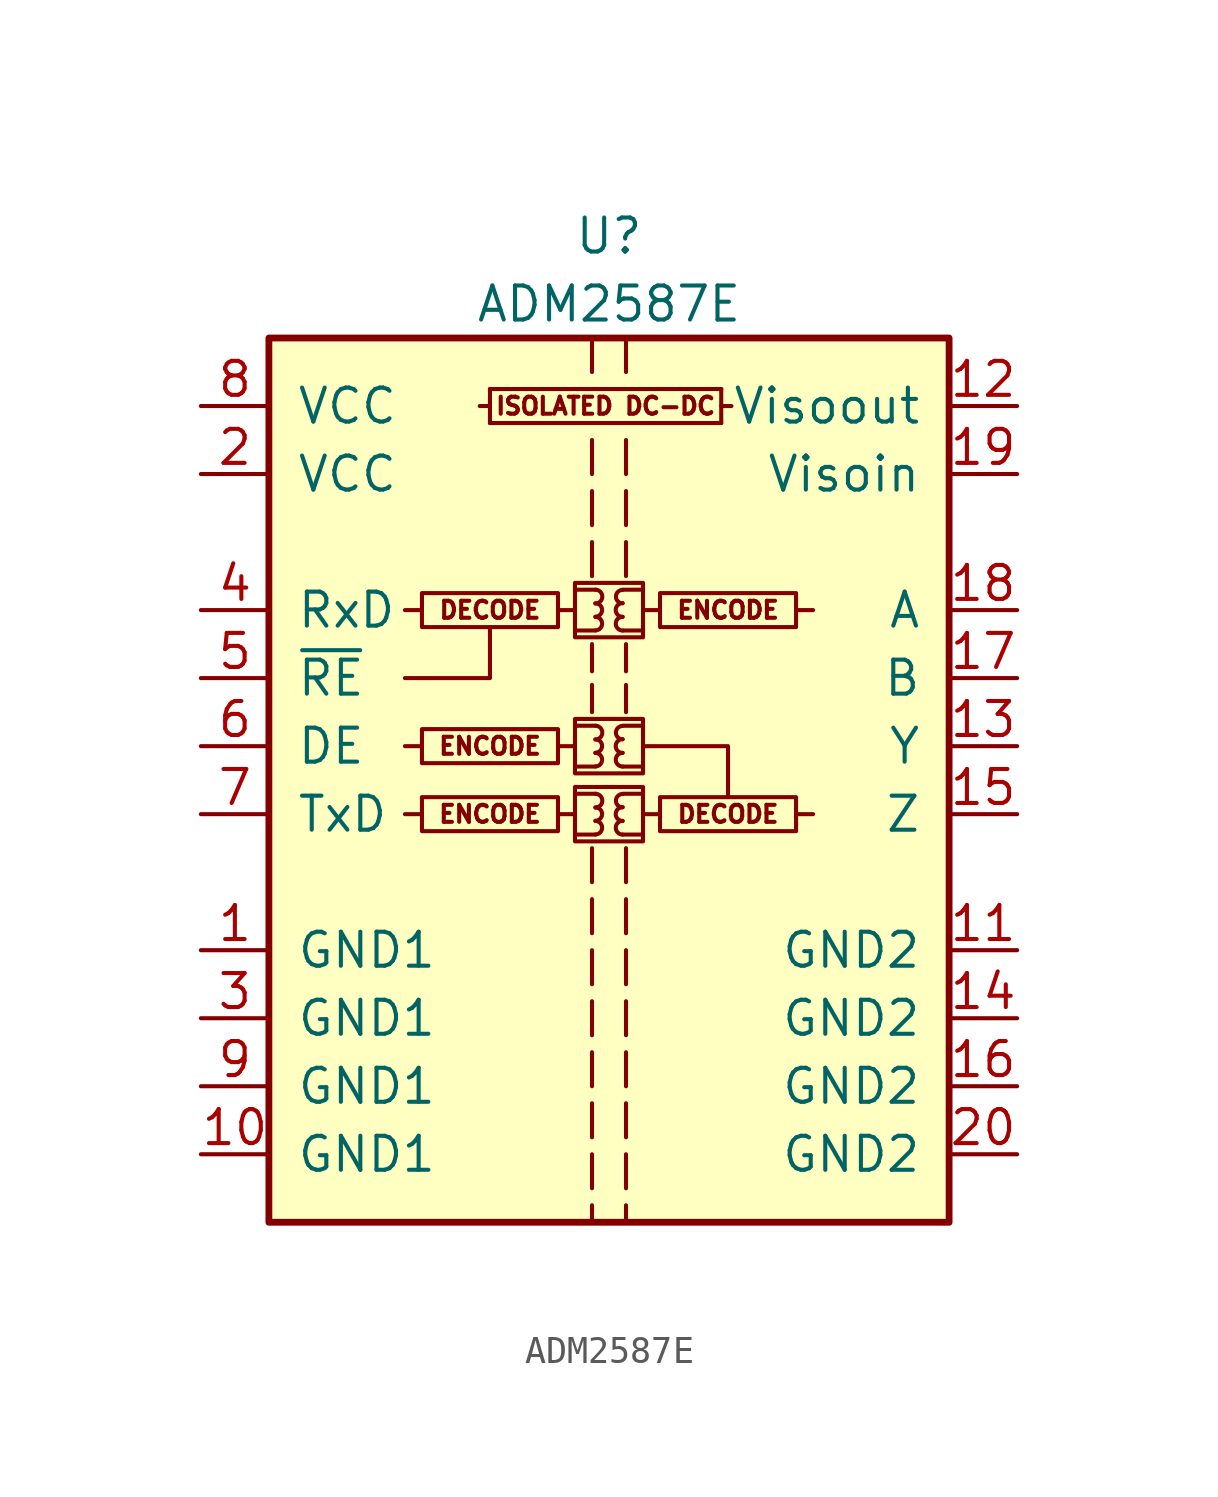
<source format=kicad_sym>
(kicad_symbol_lib
  (version 20220914)
  (generator kicad_symbol_editor)
  (symbol "ADM2587E"
    (pin_names
      (offset 1.016))
    (property "Reference" "U"
      (at 0 21.59 0)
      (effects (font (size 1.27 1.27))))
    (property "Value" "ADM2587E"
      (at 0 19.05 0)
      (effects (font (size 1.27 1.27))))
    (symbol "ADM2587E_0_0"
      (rectangle (start -1.905 0.635) (end -6.985 -0.635) (stroke (width 0) (type default)) (fill (type none)))
      (rectangle (start -1.27 1.016) (end 1.27 -1.016) (stroke (width 0) (type default)) (fill (type none)))
      (rectangle (start -1.27 3.556) (end 1.27 1.524) (stroke (width 0) (type default)) (fill (type none)))
      (rectangle (start -1.27 8.636) (end 1.27 6.604) (stroke (width 0) (type default)) (fill (type none)))
      (arc (start -0.508 -0.762) (mid -0.2551 -0.508) (end -0.508 -0.254) (stroke (width 0) (type default)) (fill (type none)))
      (arc (start -0.508 -0.254) (mid -0.2551 0) (end -0.508 0.254) (stroke (width 0) (type default)) (fill (type none)))
      (arc (start -0.508 0.254) (mid -0.2551 0.508) (end -0.508 0.762) (stroke (width 0) (type default)) (fill (type none)))
      (arc (start -0.508 1.778) (mid -0.2551 2.032) (end -0.508 2.286) (stroke (width 0) (type default)) (fill (type none)))
      (arc (start -0.508 2.286) (mid -0.2551 2.54) (end -0.508 2.794) (stroke (width 0) (type default)) (fill (type none)))
      (arc (start -0.508 2.794) (mid -0.2551 3.048) (end -0.508 3.302) (stroke (width 0) (type default)) (fill (type none)))
      (arc (start -0.508 6.858) (mid -0.2551 7.112) (end -0.508 7.366) (stroke (width 0) (type default)) (fill (type none)))
      (arc (start -0.508 7.366) (mid -0.2551 7.62) (end -0.508 7.874) (stroke (width 0) (type default)) (fill (type none)))
      (arc (start -0.508 7.874) (mid -0.2551 8.128) (end -0.508 8.382) (stroke (width 0) (type default)) (fill (type none)))
      (polyline (pts (xy -6.985 0) (xy -7.62 0)) (stroke (width 0) (type default)) (fill (type none)))
      (polyline (pts (xy -6.985 2.54) (xy -7.62 2.54)) (stroke (width 0) (type default)) (fill (type none)))
      (polyline (pts (xy -6.985 7.62) (xy -7.62 7.62)) (stroke (width 0) (type default)) (fill (type none)))
      (polyline (pts (xy -4.445 14.605) (xy 4.191 14.605)) (stroke (width 0) (type default)) (fill (type none)))
      (polyline (pts (xy -4.445 15.24) (xy -4.826 15.24)) (stroke (width 0) (type default)) (fill (type none)))
      (polyline (pts (xy -4.445 15.875) (xy -4.445 14.605)) (stroke (width 0) (type default)) (fill (type none)))
      (polyline (pts (xy -1.905 0) (xy -1.27 0)) (stroke (width 0) (type default)) (fill (type none)))
      (polyline (pts (xy -1.905 2.54) (xy -1.27 2.54)) (stroke (width 0) (type default)) (fill (type none)))
      (polyline (pts (xy -1.905 7.62) (xy -1.27 7.62)) (stroke (width 0) (type default)) (fill (type none)))
      (polyline (pts (xy -1.27 -0.762) (xy -0.508 -0.762)) (stroke (width 0) (type default)) (fill (type none)))
      (polyline (pts (xy -1.27 0.762) (xy -0.508 0.762)) (stroke (width 0) (type default)) (fill (type none)))
      (polyline (pts (xy -1.27 1.778) (xy -0.508 1.778)) (stroke (width 0) (type default)) (fill (type none)))
      (polyline (pts (xy -1.27 3.302) (xy -0.508 3.302)) (stroke (width 0) (type default)) (fill (type none)))
      (polyline (pts (xy -1.27 6.858) (xy -0.508 6.858)) (stroke (width 0) (type default)) (fill (type none)))
      (polyline (pts (xy -1.27 8.382) (xy -0.508 8.382)) (stroke (width 0) (type default)) (fill (type none)))
      (polyline (pts (xy -0.635 -14.605) (xy -0.635 -15.24)) (stroke (width 0) (type default)) (fill (type none)))
      (polyline (pts (xy -0.635 -12.7) (xy -0.635 -13.97)) (stroke (width 0) (type default)) (fill (type none)))
      (polyline (pts (xy -0.635 -10.795) (xy -0.635 -12.065)) (stroke (width 0) (type default)) (fill (type none)))
      (polyline (pts (xy -0.635 -8.89) (xy -0.635 -10.16)) (stroke (width 0) (type default)) (fill (type none)))
      (polyline (pts (xy -0.635 -6.985) (xy -0.635 -8.255)) (stroke (width 0) (type default)) (fill (type none)))
      (polyline (pts (xy -0.635 -5.08) (xy -0.635 -6.35)) (stroke (width 0) (type default)) (fill (type none)))
      (polyline (pts (xy -0.635 -3.175) (xy -0.635 -4.445)) (stroke (width 0) (type default)) (fill (type none)))
      (polyline (pts (xy -0.635 -1.27) (xy -0.635 -2.54)) (stroke (width 0) (type default)) (fill (type none)))
      (polyline (pts (xy -0.635 4.826) (xy -0.635 3.81)) (stroke (width 0) (type default)) (fill (type none)))
      (polyline (pts (xy -0.635 6.35) (xy -0.635 5.334)) (stroke (width 0) (type default)) (fill (type none)))
      (polyline (pts (xy -0.635 8.89) (xy -0.635 10.16)) (stroke (width 0) (type default)) (fill (type none)))
      (polyline (pts (xy -0.635 10.795) (xy -0.635 12.065)) (stroke (width 0) (type default)) (fill (type none)))
      (polyline (pts (xy -0.635 12.7) (xy -0.635 13.97)) (stroke (width 0) (type default)) (fill (type none)))
      (polyline (pts (xy -0.635 17.78) (xy -0.635 16.51)) (stroke (width 0) (type default)) (fill (type none)))
      (polyline (pts (xy 0.635 -14.605) (xy 0.635 -15.24)) (stroke (width 0) (type default)) (fill (type none)))
      (polyline (pts (xy 0.635 -12.7) (xy 0.635 -13.97)) (stroke (width 0) (type default)) (fill (type none)))
      (polyline (pts (xy 0.635 -10.795) (xy 0.635 -12.065)) (stroke (width 0) (type default)) (fill (type none)))
      (polyline (pts (xy 0.635 -8.89) (xy 0.635 -10.16)) (stroke (width 0) (type default)) (fill (type none)))
      (polyline (pts (xy 0.635 -6.985) (xy 0.635 -8.255)) (stroke (width 0) (type default)) (fill (type none)))
      (polyline (pts (xy 0.635 -5.08) (xy 0.635 -6.35)) (stroke (width 0) (type default)) (fill (type none)))
      (polyline (pts (xy 0.635 -3.175) (xy 0.635 -4.445)) (stroke (width 0) (type default)) (fill (type none)))
      (polyline (pts (xy 0.635 -1.27) (xy 0.635 -2.54)) (stroke (width 0) (type default)) (fill (type none)))
      (polyline (pts (xy 0.635 3.81) (xy 0.635 4.826)) (stroke (width 0) (type default)) (fill (type none)))
      (polyline (pts (xy 0.635 6.35) (xy 0.635 5.334)) (stroke (width 0) (type default)) (fill (type none)))
      (polyline (pts (xy 0.635 8.89) (xy 0.635 10.16)) (stroke (width 0) (type default)) (fill (type none)))
      (polyline (pts (xy 0.635 12.065) (xy 0.635 10.795)) (stroke (width 0) (type default)) (fill (type none)))
      (polyline (pts (xy 0.635 13.97) (xy 0.635 12.7)) (stroke (width 0) (type default)) (fill (type none)))
      (polyline (pts (xy 0.635 17.78) (xy 0.635 16.51)) (stroke (width 0) (type default)) (fill (type none)))
      (polyline (pts (xy 1.27 -0.762) (xy 0.508 -0.762)) (stroke (width 0) (type default)) (fill (type none)))
      (polyline (pts (xy 1.27 0.762) (xy 0.508 0.762)) (stroke (width 0) (type default)) (fill (type none)))
      (polyline (pts (xy 1.27 1.778) (xy 0.508 1.778)) (stroke (width 0) (type default)) (fill (type none)))
      (polyline (pts (xy 1.27 3.302) (xy 0.508 3.302)) (stroke (width 0) (type default)) (fill (type none)))
      (polyline (pts (xy 1.27 6.858) (xy 0.508 6.858)) (stroke (width 0) (type default)) (fill (type none)))
      (polyline (pts (xy 1.27 8.382) (xy 0.508 8.382)) (stroke (width 0) (type default)) (fill (type none)))
      (polyline (pts (xy 1.905 0) (xy 1.27 0)) (stroke (width 0) (type default)) (fill (type none)))
      (polyline (pts (xy 1.905 7.62) (xy 1.27 7.62)) (stroke (width 0) (type default)) (fill (type none)))
      (polyline (pts (xy 4.191 15.24) (xy 4.572 15.24)) (stroke (width 0) (type default)) (fill (type none)))
      (polyline (pts (xy 4.191 15.875) (xy -4.445 15.875)) (stroke (width 0) (type default)) (fill (type none)))
      (polyline (pts (xy 4.191 15.875) (xy 4.191 14.605)) (stroke (width 0) (type default)) (fill (type none)))
      (polyline (pts (xy 6.985 0) (xy 7.62 0)) (stroke (width 0) (type default)) (fill (type none)))
      (polyline (pts (xy 6.985 7.62) (xy 7.62 7.62)) (stroke (width 0) (type default)) (fill (type none)))
      (arc (start 0.508 -0.254) (mid 0.2551 -0.508) (end 0.508 -0.762) (stroke (width 0) (type default)) (fill (type none)))
      (arc (start 0.508 0.254) (mid 0.2551 0) (end 0.508 -0.254) (stroke (width 0) (type default)) (fill (type none)))
      (arc (start 0.508 0.762) (mid 0.2551 0.508) (end 0.508 0.254) (stroke (width 0) (type default)) (fill (type none)))
      (arc (start 0.508 2.286) (mid 0.2551 2.032) (end 0.508 1.778) (stroke (width 0) (type default)) (fill (type none)))
      (arc (start 0.508 2.794) (mid 0.2551 2.54) (end 0.508 2.286) (stroke (width 0) (type default)) (fill (type none)))
      (arc (start 0.508 3.302) (mid 0.2551 3.048) (end 0.508 2.794) (stroke (width 0) (type default)) (fill (type none)))
      (arc (start 0.508 7.366) (mid 0.2551 7.112) (end 0.508 6.858) (stroke (width 0) (type default)) (fill (type none)))
      (arc (start 0.508 7.874) (mid 0.2551 7.62) (end 0.508 7.366) (stroke (width 0) (type default)) (fill (type none)))
      (arc (start 0.508 8.382) (mid 0.2551 8.128) (end 0.508 7.874) (stroke (width 0) (type default)) (fill (type none)))
      (rectangle (start 1.905 0.635) (end 6.985 -0.635) (stroke (width 0) (type default)) (fill (type none)))
      (rectangle (start 1.905 8.255) (end 6.985 6.985) (stroke (width 0) (type default)) (fill (type none)))
      (text "DECODE" (at -4.445 7.62 0) (effects (font (size 0.635 0.635))))
      (text "DECODE" (at 4.445 0 0) (effects (font (size 0.635 0.635))))
      (text "ENCODE" (at -4.445 0 0) (effects (font (size 0.635 0.635))))
      (text "ENCODE" (at -4.445 2.54 0) (effects (font (size 0.635 0.635))))
      (text "ENCODE" (at 4.445 7.62 0) (effects (font (size 0.635 0.635))))
      (text "ISOLATED DC-DC" (at -0.127 15.24 0) (effects (font (size 0.635 0.635)))))
    (symbol "ADM2587E_0_1"
      (rectangle (start -12.7 17.78) (end 12.7 -15.24) (stroke (width 0.254) (type default)) (fill (type background)))
      (rectangle (start -1.905 3.175) (end -6.985 1.905) (stroke (width 0) (type default)) (fill (type none)))
      (rectangle (start -1.905 8.255) (end -6.985 6.985) (stroke (width 0) (type default)) (fill (type none)))
      (polyline (pts (xy -7.62 5.08) (xy -4.445 5.08) (xy -4.445 6.985)) (stroke (width 0) (type default)) (fill (type none)))
      (polyline (pts (xy 1.27 2.54) (xy 4.445 2.54) (xy 4.445 0.635)) (stroke (width 0) (type default)) (fill (type none))))
    (symbol "ADM2587E_1_1"
      (pin power_in line (at -15.24 -5.08 0) (length 2.54) (name "GND1" (effects (font (size 1.27 1.27)))) (number "1" (effects (font (size 1.27 1.27)))))
      (pin power_in line (at -15.24 -12.7 0) (length 2.54) (name "GND1" (effects (font (size 1.27 1.27)))) (number "10" (effects (font (size 1.27 1.27)))))
      (pin power_in line (at 15.24 -5.08 180) (length 2.54) (name "GND2" (effects (font (size 1.27 1.27)))) (number "11" (effects (font (size 1.27 1.27)))))
      (pin power_out line (at 15.24 15.24 180) (length 2.54) (name "Visoout" (effects (font (size 1.27 1.27)))) (number "12" (effects (font (size 1.27 1.27)))))
      (pin output line (at 15.24 2.54 180) (length 2.54) (name "Y" (effects (font (size 1.27 1.27)))) (number "13" (effects (font (size 1.27 1.27)))))
      (pin power_in line (at 15.24 -7.62 180) (length 2.54) (name "GND2" (effects (font (size 1.27 1.27)))) (number "14" (effects (font (size 1.27 1.27)))))
      (pin output line (at 15.24 0 180) (length 2.54) (name "Z" (effects (font (size 1.27 1.27)))) (number "15" (effects (font (size 1.27 1.27)))))
      (pin power_in line (at 15.24 -10.16 180) (length 2.54) (name "GND2" (effects (font (size 1.27 1.27)))) (number "16" (effects (font (size 1.27 1.27)))))
      (pin input line (at 15.24 5.08 180) (length 2.54) (name "B" (effects (font (size 1.27 1.27)))) (number "17" (effects (font (size 1.27 1.27)))))
      (pin input line (at 15.24 7.62 180) (length 2.54) (name "A" (effects (font (size 1.27 1.27)))) (number "18" (effects (font (size 1.27 1.27)))))
      (pin power_in line (at 15.24 12.7 180) (length 2.54) (name "Visoin" (effects (font (size 1.27 1.27)))) (number "19" (effects (font (size 1.27 1.27)))))
      (pin power_in line (at -15.24 12.7 0) (length 2.54) (name "VCC" (effects (font (size 1.27 1.27)))) (number "2" (effects (font (size 1.27 1.27)))))
      (pin power_in line (at 15.24 -12.7 180) (length 2.54) (name "GND2" (effects (font (size 1.27 1.27)))) (number "20" (effects (font (size 1.27 1.27)))))
      (pin power_in line (at -15.24 -7.62 0) (length 2.54) (name "GND1" (effects (font (size 1.27 1.27)))) (number "3" (effects (font (size 1.27 1.27)))))
      (pin output line (at -15.24 7.62 0) (length 2.54) (name "RxD" (effects (font (size 1.27 1.27)))) (number "4" (effects (font (size 1.27 1.27)))))
      (pin input line (at -15.24 5.08 0) (length 2.54) (name "~{RE}" (effects (font (size 1.27 1.27)))) (number "5" (effects (font (size 1.27 1.27)))))
      (pin input line (at -15.24 2.54 0) (length 2.54) (name "DE" (effects (font (size 1.27 1.27)))) (number "6" (effects (font (size 1.27 1.27)))))
      (pin input line (at -15.24 0 0) (length 2.54) (name "TxD" (effects (font (size 1.27 1.27)))) (number "7" (effects (font (size 1.27 1.27)))))
      (pin power_in line (at -15.24 15.24 0) (length 2.54) (name "VCC" (effects (font (size 1.27 1.27)))) (number "8" (effects (font (size 1.27 1.27)))))
      (pin power_in line (at -15.24 -10.16 0) (length 2.54) (name "GND1" (effects (font (size 1.27 1.27)))) (number "9" (effects (font (size 1.27 1.27))))))))
</source>
